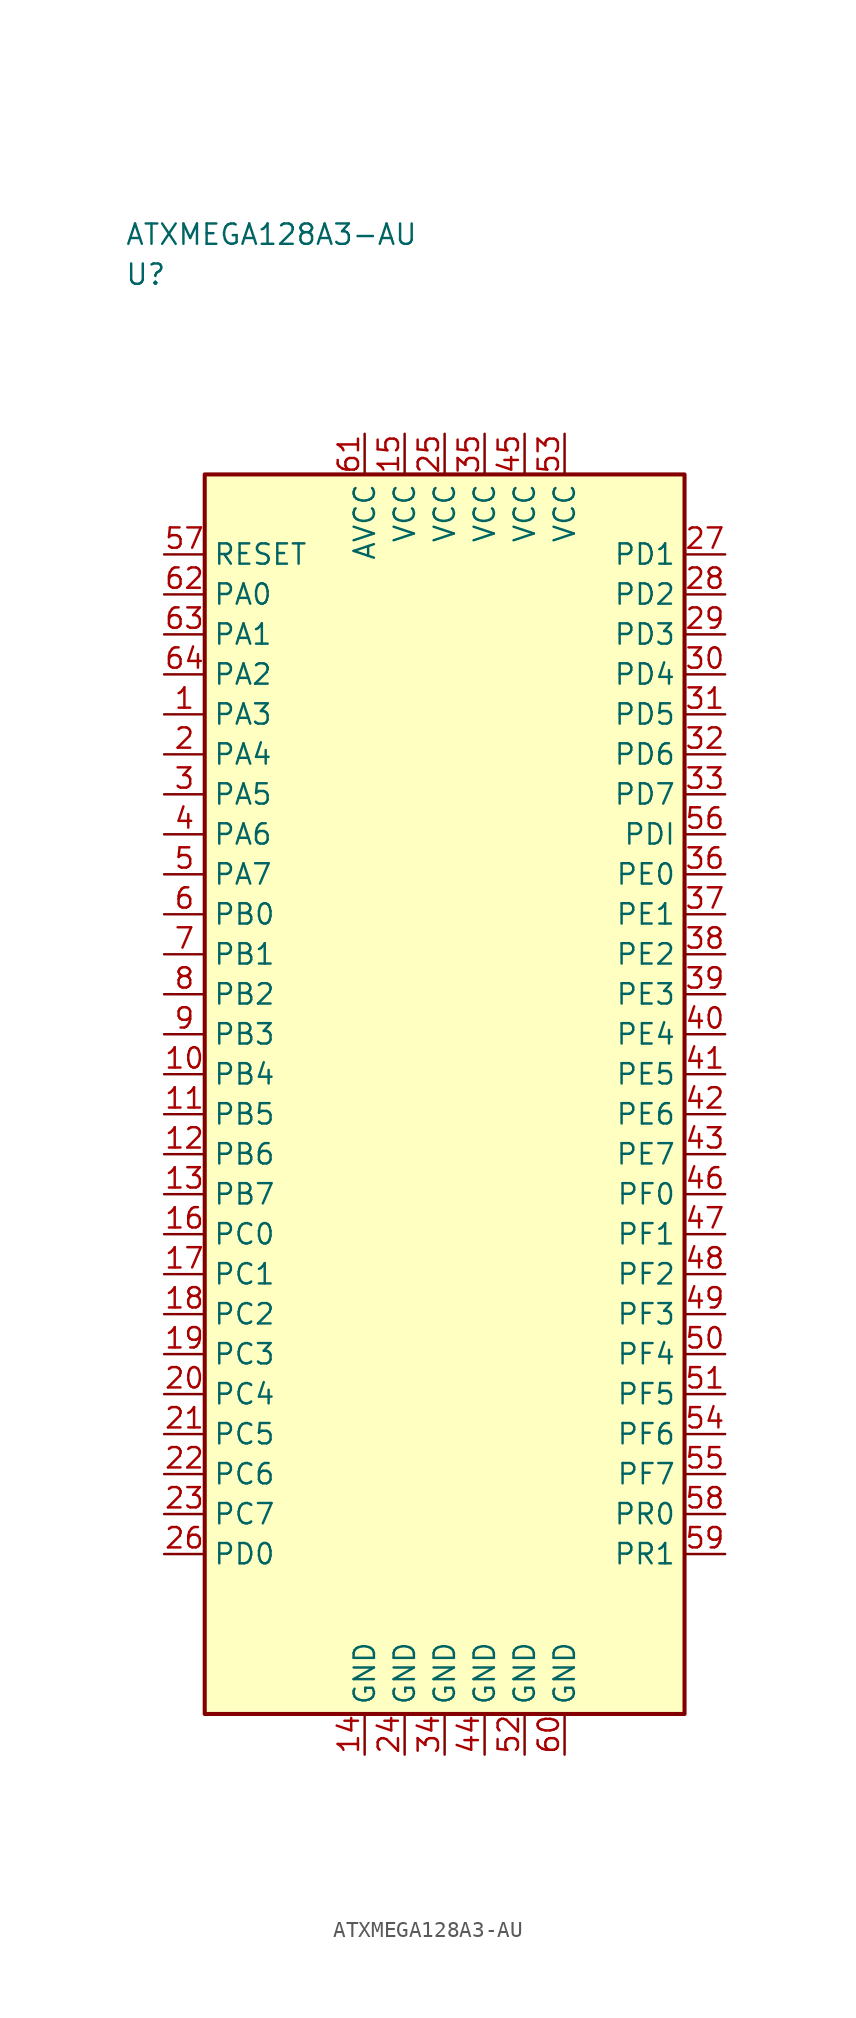
<source format=kicad_sym>
(kicad_symbol_lib
  (version 20241025)
  (generator "kicad_symbol_editor")
  (generator_version "8.0")
  (symbol "ATXMEGA128A3-AU"
    (property "Reference" "U"
      (at -20.0 51.25 0)
      (effects (font (size 1.27 1.27)) (justify left)))
    (property "Value" "ATXMEGA128A3-AU"
      (at -20.0 53.75 0)
      (effects (font (size 1.27 1.27)) (justify left)))
    (symbol "ATXMEGA128A3-AU_0_1"
      (rectangle (start -15.0 38.75) (end 15.0 -38.75) (stroke (width 0.254) (type default)) (fill (type background))))
    (symbol "ATXMEGA128A3-AU_1_1"
      (pin bidirectional line (at -17.54 23.75 0.0) (length 2.54) (name "PA3" (effects (font (size 1.27 1.27)))) (number "1" (effects (font (size 1.27 1.27)))))
      (pin bidirectional line (at -17.54 21.25 0.0) (length 2.54) (name "PA4" (effects (font (size 1.27 1.27)))) (number "2" (effects (font (size 1.27 1.27)))))
      (pin bidirectional line (at -17.54 18.75 0.0) (length 2.54) (name "PA5" (effects (font (size 1.27 1.27)))) (number "3" (effects (font (size 1.27 1.27)))))
      (pin bidirectional line (at -17.54 16.25 0.0) (length 2.54) (name "PA6" (effects (font (size 1.27 1.27)))) (number "4" (effects (font (size 1.27 1.27)))))
      (pin bidirectional line (at -17.54 13.75 0.0) (length 2.54) (name "PA7" (effects (font (size 1.27 1.27)))) (number "5" (effects (font (size 1.27 1.27)))))
      (pin bidirectional line (at -17.54 11.25 0.0) (length 2.54) (name "PB0" (effects (font (size 1.27 1.27)))) (number "6" (effects (font (size 1.27 1.27)))))
      (pin bidirectional line (at -17.54 8.75 0.0) (length 2.54) (name "PB1" (effects (font (size 1.27 1.27)))) (number "7" (effects (font (size 1.27 1.27)))))
      (pin bidirectional line (at -17.54 6.25 0.0) (length 2.54) (name "PB2" (effects (font (size 1.27 1.27)))) (number "8" (effects (font (size 1.27 1.27)))))
      (pin bidirectional line (at -17.54 3.75 0.0) (length 2.54) (name "PB3" (effects (font (size 1.27 1.27)))) (number "9" (effects (font (size 1.27 1.27)))))
      (pin bidirectional line (at -17.54 1.25 0.0) (length 2.54) (name "PB4" (effects (font (size 1.27 1.27)))) (number "10" (effects (font (size 1.27 1.27)))))
      (pin bidirectional line (at -17.54 -1.25 0.0) (length 2.54) (name "PB5" (effects (font (size 1.27 1.27)))) (number "11" (effects (font (size 1.27 1.27)))))
      (pin bidirectional line (at -17.54 -3.75 0.0) (length 2.54) (name "PB6" (effects (font (size 1.27 1.27)))) (number "12" (effects (font (size 1.27 1.27)))))
      (pin bidirectional line (at -17.54 -6.25 0.0) (length 2.54) (name "PB7" (effects (font (size 1.27 1.27)))) (number "13" (effects (font (size 1.27 1.27)))))
      (pin passive line (at -5.0 -41.29 90.0) (length 2.54) (name "GND" (effects (font (size 1.27 1.27)))) (number "14" (effects (font (size 1.27 1.27)))))
      (pin power_in line (at -2.5 41.29 270.0) (length 2.54) (name "VCC" (effects (font (size 1.27 1.27)))) (number "15" (effects (font (size 1.27 1.27)))))
      (pin bidirectional line (at -17.54 -8.75 0.0) (length 2.54) (name "PC0" (effects (font (size 1.27 1.27)))) (number "16" (effects (font (size 1.27 1.27)))))
      (pin bidirectional line (at -17.54 -11.25 0.0) (length 2.54) (name "PC1" (effects (font (size 1.27 1.27)))) (number "17" (effects (font (size 1.27 1.27)))))
      (pin bidirectional line (at -17.54 -13.75 0.0) (length 2.54) (name "PC2" (effects (font (size 1.27 1.27)))) (number "18" (effects (font (size 1.27 1.27)))))
      (pin bidirectional line (at -17.54 -16.25 0.0) (length 2.54) (name "PC3" (effects (font (size 1.27 1.27)))) (number "19" (effects (font (size 1.27 1.27)))))
      (pin bidirectional line (at -17.54 -18.75 0.0) (length 2.54) (name "PC4" (effects (font (size 1.27 1.27)))) (number "20" (effects (font (size 1.27 1.27)))))
      (pin bidirectional line (at -17.54 -21.25 0.0) (length 2.54) (name "PC5" (effects (font (size 1.27 1.27)))) (number "21" (effects (font (size 1.27 1.27)))))
      (pin bidirectional line (at -17.54 -23.75 0.0) (length 2.54) (name "PC6" (effects (font (size 1.27 1.27)))) (number "22" (effects (font (size 1.27 1.27)))))
      (pin bidirectional line (at -17.54 -26.25 0.0) (length 2.54) (name "PC7" (effects (font (size 1.27 1.27)))) (number "23" (effects (font (size 1.27 1.27)))))
      (pin passive line (at -2.5 -41.29 90.0) (length 2.54) (name "GND" (effects (font (size 1.27 1.27)))) (number "24" (effects (font (size 1.27 1.27)))))
      (pin power_in line (at 0.0 41.29 270.0) (length 2.54) (name "VCC" (effects (font (size 1.27 1.27)))) (number "25" (effects (font (size 1.27 1.27)))))
      (pin bidirectional line (at -17.54 -28.75 0.0) (length 2.54) (name "PD0" (effects (font (size 1.27 1.27)))) (number "26" (effects (font (size 1.27 1.27)))))
      (pin bidirectional line (at 17.54 33.75 180.0) (length 2.54) (name "PD1" (effects (font (size 1.27 1.27)))) (number "27" (effects (font (size 1.27 1.27)))))
      (pin bidirectional line (at 17.54 31.25 180.0) (length 2.54) (name "PD2" (effects (font (size 1.27 1.27)))) (number "28" (effects (font (size 1.27 1.27)))))
      (pin bidirectional line (at 17.54 28.75 180.0) (length 2.54) (name "PD3" (effects (font (size 1.27 1.27)))) (number "29" (effects (font (size 1.27 1.27)))))
      (pin bidirectional line (at 17.54 26.25 180.0) (length 2.54) (name "PD4" (effects (font (size 1.27 1.27)))) (number "30" (effects (font (size 1.27 1.27)))))
      (pin bidirectional line (at 17.54 23.75 180.0) (length 2.54) (name "PD5" (effects (font (size 1.27 1.27)))) (number "31" (effects (font (size 1.27 1.27)))))
      (pin bidirectional line (at 17.54 21.25 180.0) (length 2.54) (name "PD6" (effects (font (size 1.27 1.27)))) (number "32" (effects (font (size 1.27 1.27)))))
      (pin bidirectional line (at 17.54 18.75 180.0) (length 2.54) (name "PD7" (effects (font (size 1.27 1.27)))) (number "33" (effects (font (size 1.27 1.27)))))
      (pin passive line (at 0.0 -41.29 90.0) (length 2.54) (name "GND" (effects (font (size 1.27 1.27)))) (number "34" (effects (font (size 1.27 1.27)))))
      (pin power_in line (at 2.5 41.29 270.0) (length 2.54) (name "VCC" (effects (font (size 1.27 1.27)))) (number "35" (effects (font (size 1.27 1.27)))))
      (pin bidirectional line (at 17.54 13.75 180.0) (length 2.54) (name "PE0" (effects (font (size 1.27 1.27)))) (number "36" (effects (font (size 1.27 1.27)))))
      (pin bidirectional line (at 17.54 11.25 180.0) (length 2.54) (name "PE1" (effects (font (size 1.27 1.27)))) (number "37" (effects (font (size 1.27 1.27)))))
      (pin bidirectional line (at 17.54 8.75 180.0) (length 2.54) (name "PE2" (effects (font (size 1.27 1.27)))) (number "38" (effects (font (size 1.27 1.27)))))
      (pin bidirectional line (at 17.54 6.25 180.0) (length 2.54) (name "PE3" (effects (font (size 1.27 1.27)))) (number "39" (effects (font (size 1.27 1.27)))))
      (pin bidirectional line (at 17.54 3.75 180.0) (length 2.54) (name "PE4" (effects (font (size 1.27 1.27)))) (number "40" (effects (font (size 1.27 1.27)))))
      (pin bidirectional line (at 17.54 1.25 180.0) (length 2.54) (name "PE5" (effects (font (size 1.27 1.27)))) (number "41" (effects (font (size 1.27 1.27)))))
      (pin bidirectional line (at 17.54 -1.25 180.0) (length 2.54) (name "PE6" (effects (font (size 1.27 1.27)))) (number "42" (effects (font (size 1.27 1.27)))))
      (pin bidirectional line (at 17.54 -3.75 180.0) (length 2.54) (name "PE7" (effects (font (size 1.27 1.27)))) (number "43" (effects (font (size 1.27 1.27)))))
      (pin passive line (at 2.5 -41.29 90.0) (length 2.54) (name "GND" (effects (font (size 1.27 1.27)))) (number "44" (effects (font (size 1.27 1.27)))))
      (pin power_in line (at 5.0 41.29 270.0) (length 2.54) (name "VCC" (effects (font (size 1.27 1.27)))) (number "45" (effects (font (size 1.27 1.27)))))
      (pin bidirectional line (at 17.54 -6.25 180.0) (length 2.54) (name "PF0" (effects (font (size 1.27 1.27)))) (number "46" (effects (font (size 1.27 1.27)))))
      (pin bidirectional line (at 17.54 -8.75 180.0) (length 2.54) (name "PF1" (effects (font (size 1.27 1.27)))) (number "47" (effects (font (size 1.27 1.27)))))
      (pin bidirectional line (at 17.54 -11.25 180.0) (length 2.54) (name "PF2" (effects (font (size 1.27 1.27)))) (number "48" (effects (font (size 1.27 1.27)))))
      (pin bidirectional line (at 17.54 -13.75 180.0) (length 2.54) (name "PF3" (effects (font (size 1.27 1.27)))) (number "49" (effects (font (size 1.27 1.27)))))
      (pin bidirectional line (at 17.54 -16.25 180.0) (length 2.54) (name "PF4" (effects (font (size 1.27 1.27)))) (number "50" (effects (font (size 1.27 1.27)))))
      (pin bidirectional line (at 17.54 -18.75 180.0) (length 2.54) (name "PF5" (effects (font (size 1.27 1.27)))) (number "51" (effects (font (size 1.27 1.27)))))
      (pin passive line (at 5.0 -41.29 90.0) (length 2.54) (name "GND" (effects (font (size 1.27 1.27)))) (number "52" (effects (font (size 1.27 1.27)))))
      (pin power_in line (at 7.5 41.29 270.0) (length 2.54) (name "VCC" (effects (font (size 1.27 1.27)))) (number "53" (effects (font (size 1.27 1.27)))))
      (pin bidirectional line (at 17.54 -21.25 180.0) (length 2.54) (name "PF6" (effects (font (size 1.27 1.27)))) (number "54" (effects (font (size 1.27 1.27)))))
      (pin bidirectional line (at 17.54 -23.75 180.0) (length 2.54) (name "PF7" (effects (font (size 1.27 1.27)))) (number "55" (effects (font (size 1.27 1.27)))))
      (pin bidirectional line (at 17.54 16.25 180.0) (length 2.54) (name "PDI" (effects (font (size 1.27 1.27)))) (number "56" (effects (font (size 1.27 1.27)))))
      (pin input line (at -17.54 33.75 0.0) (length 2.54) (name "RESET" (effects (font (size 1.27 1.27)))) (number "57" (effects (font (size 1.27 1.27)))))
      (pin bidirectional line (at 17.54 -26.25 180.0) (length 2.54) (name "PR0" (effects (font (size 1.27 1.27)))) (number "58" (effects (font (size 1.27 1.27)))))
      (pin bidirectional line (at 17.54 -28.75 180.0) (length 2.54) (name "PR1" (effects (font (size 1.27 1.27)))) (number "59" (effects (font (size 1.27 1.27)))))
      (pin passive line (at 7.5 -41.29 90.0) (length 2.54) (name "GND" (effects (font (size 1.27 1.27)))) (number "60" (effects (font (size 1.27 1.27)))))
      (pin power_in line (at -5.0 41.29 270.0) (length 2.54) (name "AVCC" (effects (font (size 1.27 1.27)))) (number "61" (effects (font (size 1.27 1.27)))))
      (pin bidirectional line (at -17.54 31.25 0.0) (length 2.54) (name "PA0" (effects (font (size 1.27 1.27)))) (number "62" (effects (font (size 1.27 1.27)))))
      (pin bidirectional line (at -17.54 28.75 0.0) (length 2.54) (name "PA1" (effects (font (size 1.27 1.27)))) (number "63" (effects (font (size 1.27 1.27)))))
      (pin bidirectional line (at -17.54 26.25 0.0) (length 2.54) (name "PA2" (effects (font (size 1.27 1.27)))) (number "64" (effects (font (size 1.27 1.27))))))))
</source>
